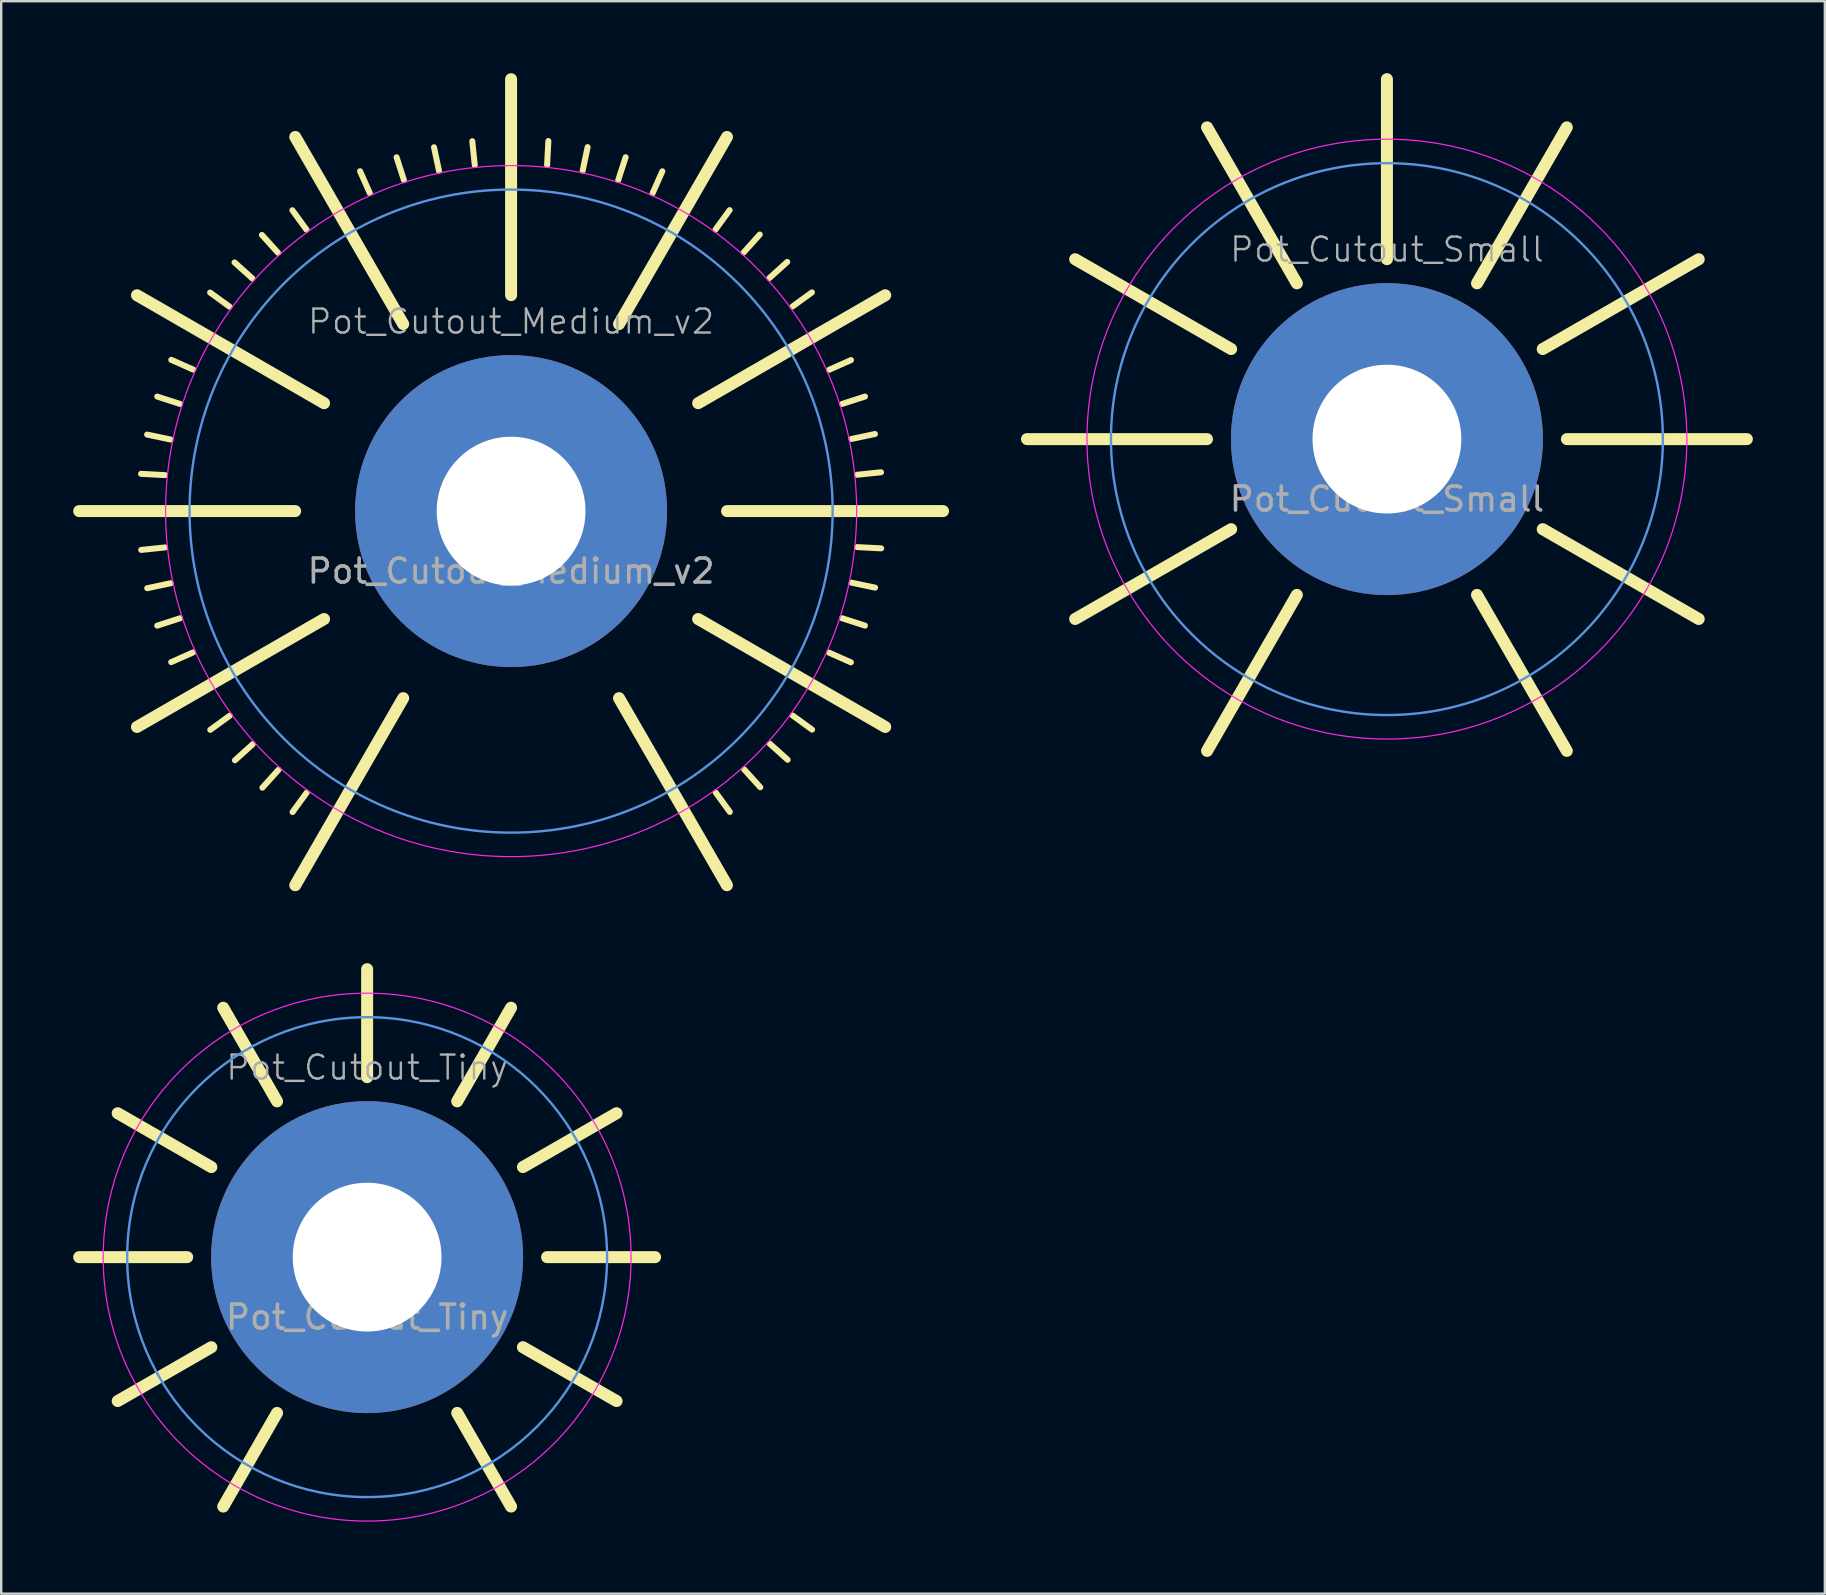
<source format=kicad_pcb>
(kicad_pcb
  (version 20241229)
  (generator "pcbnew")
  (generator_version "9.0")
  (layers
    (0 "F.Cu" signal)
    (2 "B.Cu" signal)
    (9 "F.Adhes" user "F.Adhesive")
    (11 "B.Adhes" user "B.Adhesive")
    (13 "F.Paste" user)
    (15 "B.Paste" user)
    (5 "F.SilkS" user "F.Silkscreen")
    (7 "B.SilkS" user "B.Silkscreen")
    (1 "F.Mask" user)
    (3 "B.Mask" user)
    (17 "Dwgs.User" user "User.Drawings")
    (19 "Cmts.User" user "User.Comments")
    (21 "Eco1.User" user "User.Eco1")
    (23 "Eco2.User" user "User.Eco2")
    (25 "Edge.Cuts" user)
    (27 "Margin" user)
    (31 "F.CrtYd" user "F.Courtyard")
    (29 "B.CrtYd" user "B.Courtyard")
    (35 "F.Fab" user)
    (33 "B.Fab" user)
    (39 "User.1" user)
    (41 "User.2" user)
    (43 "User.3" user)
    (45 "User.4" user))
  (footprint "Pot_Cutout_Medium_v2"
    (layer "F.Cu")
    (at 18.25 18.25)
    (property "Reference" "Pot_Cutout_Medium_v2" (at 0 -7.9 0) (unlocked yes) (layer "F.Fab") (effects (font (size 1 1) (thickness 0.1))))
    (attr through_hole)
    (fp_line (start -15.591 -8.995) (end -7.796 -4.498) (stroke (width 0.5) (type default)) (layer "F.SilkS"))
    (fp_line (start -15.591 8.995) (end -7.796 4.498) (stroke (width 0.5) (type default)) (layer "F.SilkS"))
    (fp_line (start -14.422 -1.5) (end -15.422 -1.553) (stroke (width 0.25) (type default)) (layer "F.SilkS"))
    (fp_line (start -14.421 1.514) (end -15.416 1.618) (stroke (width 0.25) (type default)) (layer "F.SilkS"))
    (fp_line (start -14.19 -2.983) (end -15.169 -3.189) (stroke (width 0.25) (type default)) (layer "F.SilkS"))
    (fp_line (start -14.185 3.006) (end -15.164 3.213) (stroke (width 0.25) (type default)) (layer "F.SilkS"))
    (fp_line (start -13.796 -4.465) (end -14.747 -4.773) (stroke (width 0.25) (type default)) (layer "F.SilkS"))
    (fp_line (start -13.795 4.466) (end -14.747 4.774) (stroke (width 0.25) (type default)) (layer "F.SilkS"))
    (fp_line (start -13.251 5.888) (end -14.165 6.294) (stroke (width 0.25) (type default)) (layer "F.SilkS"))
    (fp_line (start -13.247 -5.897) (end -14.161 -6.303) (stroke (width 0.25) (type default)) (layer "F.SilkS"))
    (fp_line (start -11.734 -8.519) (end -12.543 -9.107) (stroke (width 0.25) (type default)) (layer "F.SilkS"))
    (fp_line (start -11.728 8.527) (end -12.537 9.115) (stroke (width 0.25) (type default)) (layer "F.SilkS"))
    (fp_line (start -10.782 -9.695) (end -11.526 -10.364) (stroke (width 0.25) (type default)) (layer "F.SilkS"))
    (fp_line (start -10.766 9.713) (end -11.508 10.384) (stroke (width 0.25) (type default)) (layer "F.SilkS"))
    (fp_line (start -9.713 -10.766) (end -10.384 -11.508) (stroke (width 0.25) (type default)) (layer "F.SilkS"))
    (fp_line (start -9.695 10.782) (end -10.364 11.526) (stroke (width 0.25) (type default)) (layer "F.SilkS"))
    (fp_line (start -9 0) (end -18 0) (stroke (width 0.5) (type default)) (layer "F.SilkS"))
    (fp_line (start -8.995 -15.591) (end -4.498 -7.796) (stroke (width 0.5) (type default)) (layer "F.SilkS"))
    (fp_line (start -8.995 15.591) (end -4.498 7.796) (stroke (width 0.5) (type default)) (layer "F.SilkS"))
    (fp_line (start -8.527 -11.728) (end -9.115 -12.537) (stroke (width 0.25) (type default)) (layer "F.SilkS"))
    (fp_line (start -8.519 11.734) (end -9.107 12.543) (stroke (width 0.25) (type default)) (layer "F.SilkS"))
    (fp_line (start -5.888 -13.251) (end -6.294 -14.165) (stroke (width 0.25) (type default)) (layer "F.SilkS"))
    (fp_line (start -4.466 -13.795) (end -4.774 -14.747) (stroke (width 0.25) (type default)) (layer "F.SilkS"))
    (fp_line (start -3.006 -14.185) (end -3.213 -15.164) (stroke (width 0.25) (type default)) (layer "F.SilkS"))
    (fp_line (start -1.514 -14.421) (end -1.618 -15.416) (stroke (width 0.25) (type default)) (layer "F.SilkS"))
    (fp_line (start 0 -9) (end 0 -18) (stroke (width 0.5) (type default)) (layer "F.SilkS"))
    (fp_line (start 1.5 -14.422) (end 1.553 -15.422) (stroke (width 0.25) (type default)) (layer "F.SilkS"))
    (fp_line (start 2.983 -14.19) (end 3.189 -15.169) (stroke (width 0.25) (type default)) (layer "F.SilkS"))
    (fp_line (start 4.465 -13.796) (end 4.773 -14.747) (stroke (width 0.25) (type default)) (layer "F.SilkS"))
    (fp_line (start 5.897 -13.247) (end 6.303 -14.161) (stroke (width 0.25) (type default)) (layer "F.SilkS"))
    (fp_line (start 8.519 -11.734) (end 9.107 -12.543) (stroke (width 0.25) (type default)) (layer "F.SilkS"))
    (fp_line (start 8.527 11.728) (end 9.115 12.537) (stroke (width 0.25) (type default)) (layer "F.SilkS"))
    (fp_line (start 8.995 -15.591) (end 4.498 -7.796) (stroke (width 0.5) (type default)) (layer "F.SilkS"))
    (fp_line (start 8.995 15.591) (end 4.498 7.796) (stroke (width 0.5) (type default)) (layer "F.SilkS"))
    (fp_line (start 9 0) (end 18 0) (stroke (width 0.5) (type default)) (layer "F.SilkS"))
    (fp_line (start 9.695 -10.782) (end 10.364 -11.526) (stroke (width 0.25) (type default)) (layer "F.SilkS"))
    (fp_line (start 9.713 10.766) (end 10.384 11.508) (stroke (width 0.25) (type default)) (layer "F.SilkS"))
    (fp_line (start 10.766 -9.713) (end 11.508 -10.384) (stroke (width 0.25) (type default)) (layer "F.SilkS"))
    (fp_line (start 10.782 9.695) (end 11.526 10.364) (stroke (width 0.25) (type default)) (layer "F.SilkS"))
    (fp_line (start 11.728 -8.527) (end 12.537 -9.115) (stroke (width 0.25) (type default)) (layer "F.SilkS"))
    (fp_line (start 11.734 8.519) (end 12.543 9.107) (stroke (width 0.25) (type default)) (layer "F.SilkS"))
    (fp_line (start 13.247 5.897) (end 14.161 6.303) (stroke (width 0.25) (type default)) (layer "F.SilkS"))
    (fp_line (start 13.251 -5.888) (end 14.165 -6.294) (stroke (width 0.25) (type default)) (layer "F.SilkS"))
    (fp_line (start 13.795 -4.466) (end 14.747 -4.774) (stroke (width 0.25) (type default)) (layer "F.SilkS"))
    (fp_line (start 13.796 4.465) (end 14.747 4.773) (stroke (width 0.25) (type default)) (layer "F.SilkS"))
    (fp_line (start 14.185 -3.006) (end 15.164 -3.213) (stroke (width 0.25) (type default)) (layer "F.SilkS"))
    (fp_line (start 14.19 2.983) (end 15.169 3.189) (stroke (width 0.25) (type default)) (layer "F.SilkS"))
    (fp_line (start 14.421 -1.514) (end 15.416 -1.618) (stroke (width 0.25) (type default)) (layer "F.SilkS"))
    (fp_line (start 14.422 1.5) (end 15.422 1.553) (stroke (width 0.25) (type default)) (layer "F.SilkS"))
    (fp_line (start 15.591 -8.995) (end 7.796 -4.498) (stroke (width 0.5) (type default)) (layer "F.SilkS"))
    (fp_line (start 15.591 8.995) (end 7.796 4.498) (stroke (width 0.5) (type default)) (layer "F.SilkS"))
    (fp_circle (center 0 0) (end 13.4 0) (stroke (width 0.1) (type default)) (fill no) (layer "Cmts.User"))
    (fp_circle (center 0 0) (end 14.4 0) (stroke (width 0.05) (type default)) (fill no) (layer "F.CrtYd"))
    (fp_text user "${REFERENCE}" (at 0 2.5 0) (unlocked yes) (layer "F.Fab") (effects (font (size 1 1) (thickness 0.15))))
    (pad "1" thru_hole circle (at 0 0) (size 13 13) (drill 6.2) (layers "*.Cu" "*.Mask")))
  (footprint "Pot_Cutout_Small"
    (layer "F.Cu")
    (at 54.75 15.25)
    (property "Reference" "Pot_Cutout_Small" (at 0 -7.9 0) (unlocked yes) (layer "F.Fab") (effects (font (size 1 1) (thickness 0.1))))
    (attr through_hole)
    (fp_line (start -7.5 0) (end -15 0) (stroke (width 0.5) (type default)) (layer "F.SilkS"))
    (fp_line (start -6.493 -3.754) (end -12.993 -7.496) (stroke (width 0.5) (type default)) (layer "F.SilkS"))
    (fp_line (start -6.493 3.754) (end -12.993 7.496) (stroke (width 0.5) (type default)) (layer "F.SilkS"))
    (fp_line (start -3.754 -6.493) (end -7.496 -12.993) (stroke (width 0.5) (type default)) (layer "F.SilkS"))
    (fp_line (start -3.754 6.493) (end -7.496 12.993) (stroke (width 0.5) (type default)) (layer "F.SilkS"))
    (fp_line (start 0 -7.5) (end 0 -15) (stroke (width 0.5) (type default)) (layer "F.SilkS"))
    (fp_line (start 3.754 -6.493) (end 7.496 -12.993) (stroke (width 0.5) (type default)) (layer "F.SilkS"))
    (fp_line (start 3.754 6.493) (end 7.496 12.993) (stroke (width 0.5) (type default)) (layer "F.SilkS"))
    (fp_line (start 6.493 -3.754) (end 12.993 -7.496) (stroke (width 0.5) (type default)) (layer "F.SilkS"))
    (fp_line (start 6.493 3.754) (end 12.993 7.496) (stroke (width 0.5) (type default)) (layer "F.SilkS"))
    (fp_line (start 7.5 0) (end 15 0) (stroke (width 0.5) (type default)) (layer "F.SilkS"))
    (fp_circle (center 0 0) (end 11.5 0) (stroke (width 0.1) (type default)) (fill no) (layer "Cmts.User"))
    (fp_circle (center 0 0) (end 12.5 0) (stroke (width 0.05) (type default)) (fill no) (layer "F.CrtYd"))
    (fp_text user "${REFERENCE}" (at 0 2.5 0) (unlocked yes) (layer "F.Fab") (effects (font (size 1 1) (thickness 0.15))))
    (pad "1" thru_hole circle (at 0 0) (size 13 13) (drill 6.2) (layers "*.Cu" "*.Mask")))
  (footprint "Pot_Cutout_Tiny"
    (layer "F.Cu")
    (at 12.25 49.341)
    (property "Reference" "Pot_Cutout_Tiny" (at 0 -7.9 0) (unlocked yes) (layer "F.Fab") (effects (font (size 1 1) (thickness 0.1))))
    (attr through_hole)
    (fp_line (start -7.5 0) (end -12 0) (stroke (width 0.5) (type default)) (layer "F.SilkS"))
    (fp_line (start -6.493 -3.754) (end -10.394 -5.997) (stroke (width 0.5) (type default)) (layer "F.SilkS"))
    (fp_line (start -6.493 3.754) (end -10.394 5.997) (stroke (width 0.5) (type default)) (layer "F.SilkS"))
    (fp_line (start -3.754 -6.493) (end -5.997 -10.394) (stroke (width 0.5) (type default)) (layer "F.SilkS"))
    (fp_line (start -3.754 6.493) (end -5.997 10.394) (stroke (width 0.5) (type default)) (layer "F.SilkS"))
    (fp_line (start 0 -7.5) (end 0 -12) (stroke (width 0.5) (type default)) (layer "F.SilkS"))
    (fp_line (start 3.754 -6.493) (end 5.997 -10.394) (stroke (width 0.5) (type default)) (layer "F.SilkS"))
    (fp_line (start 3.754 6.493) (end 5.997 10.394) (stroke (width 0.5) (type default)) (layer "F.SilkS"))
    (fp_line (start 6.493 -3.754) (end 10.394 -5.997) (stroke (width 0.5) (type default)) (layer "F.SilkS"))
    (fp_line (start 6.493 3.754) (end 10.394 5.997) (stroke (width 0.5) (type default)) (layer "F.SilkS"))
    (fp_line (start 7.5 0) (end 12 0) (stroke (width 0.5) (type default)) (layer "F.SilkS"))
    (fp_circle (center 0 0) (end 10 0) (stroke (width 0.1) (type default)) (fill no) (layer "Cmts.User"))
    (fp_circle (center 0 0) (end 11 0) (stroke (width 0.05) (type default)) (fill no) (layer "F.CrtYd"))
    (fp_text user "${REFERENCE}" (at 0 2.5 0) (unlocked yes) (layer "F.Fab") (effects (font (size 1 1) (thickness 0.15))))
    (pad "1" thru_hole circle (at 0 0) (size 13 13) (drill 6.2) (layers "*.Cu" "*.Mask")))
  (gr_rect
    (start -3 -3)
    (end 73 63.366)
    (stroke (width 0.1) (type default))
    (fill no)
    (layer "Edge.Cuts")))
</source>
